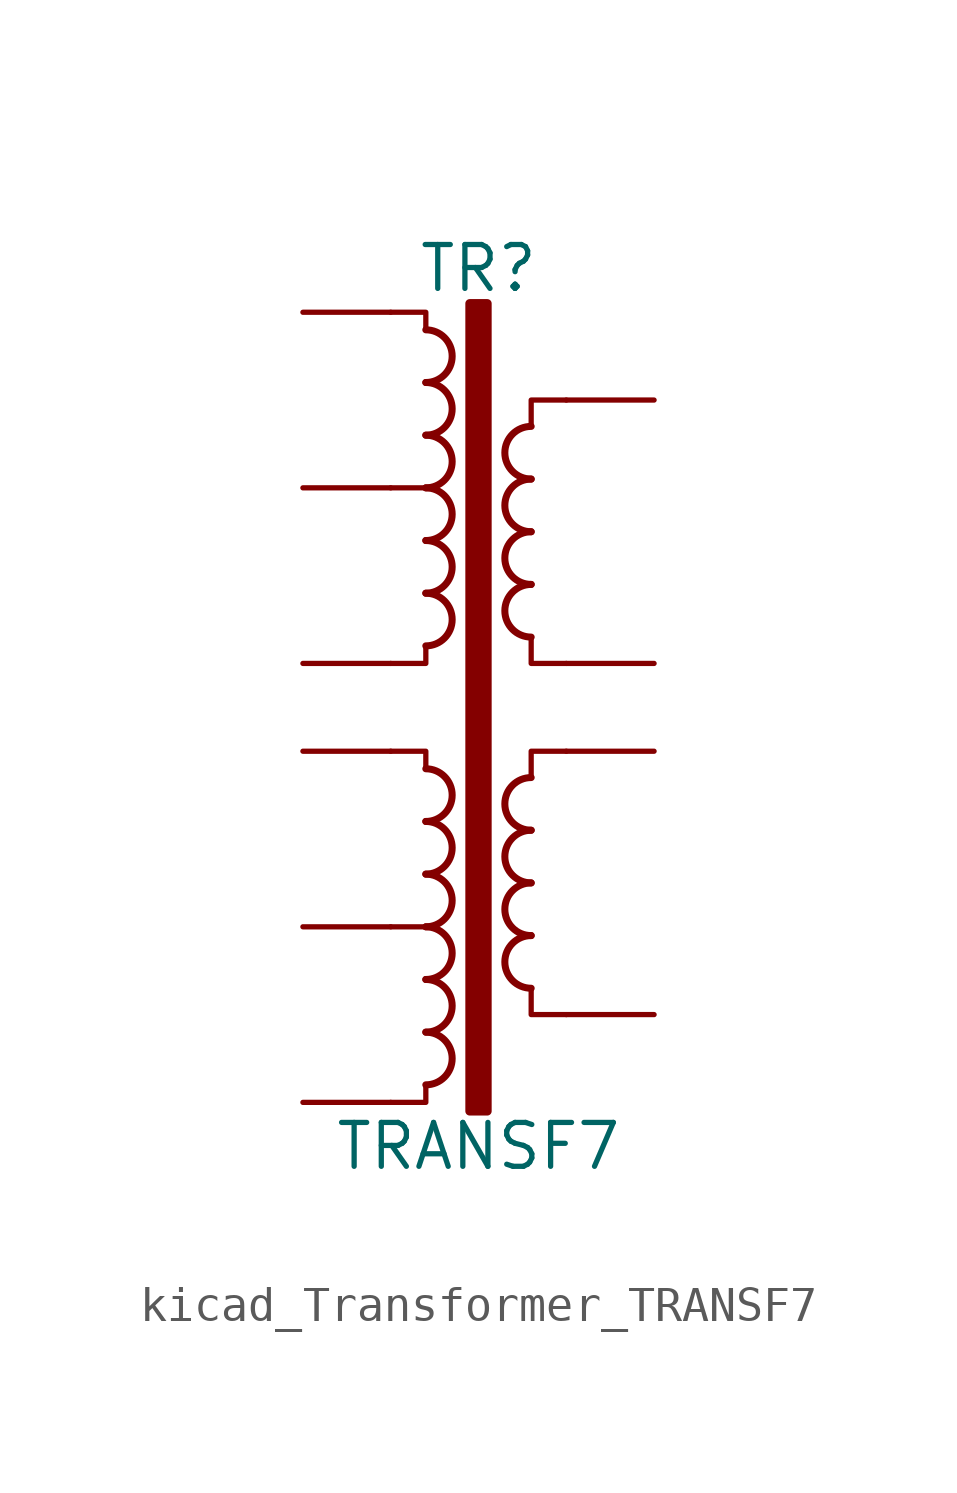
<source format=kicad_sym>
(kicad_symbol_lib
  (version 20220914)
  (generator kicad_symbol_editor)
  (symbol "kicad_Transformer_TRANSF7"
    (pin_numbers hide)
    (pin_names
      (offset 0))
    (property "Reference" "TR"
      (at 0 13.97 0)
      (effects (font (size 1.27 1.27))))
    (property "Value" "TRANSF7"
      (at 0 -11.43 0)
      (effects (font (size 1.27 1.27))))
    (symbol "kicad_Transformer_TRANSF7_0_1"
      (arc (start -1.524 -9.652) (mid -0.7653 -8.89) (end -1.524 -8.128) (stroke (width 0.2032) (type default)) (fill (type none)))
      (arc (start -1.524 -8.128) (mid -0.7653 -7.366) (end -1.524 -6.604) (stroke (width 0.2032) (type default)) (fill (type none)))
      (arc (start -1.524 -6.604) (mid -0.7653 -5.842) (end -1.524 -5.08) (stroke (width 0.2032) (type default)) (fill (type none)))
      (arc (start -1.524 -5.08) (mid -0.7653 -4.318) (end -1.524 -3.556) (stroke (width 0.2032) (type default)) (fill (type none)))
      (arc (start -1.524 -3.556) (mid -0.7653 -2.794) (end -1.524 -2.032) (stroke (width 0.2032) (type default)) (fill (type none)))
      (arc (start -1.524 -2.032) (mid -0.7653 -1.27) (end -1.524 -0.508) (stroke (width 0.2032) (type default)) (fill (type none)))
      (arc (start -1.524 3.048) (mid -0.7653 3.81) (end -1.524 4.572) (stroke (width 0.2032) (type default)) (fill (type none)))
      (arc (start -1.524 4.572) (mid -0.7653 5.334) (end -1.524 6.096) (stroke (width 0.2032) (type default)) (fill (type none)))
      (arc (start -1.524 6.096) (mid -0.7653 6.858) (end -1.524 7.62) (stroke (width 0.2032) (type default)) (fill (type none)))
      (arc (start -1.524 7.62) (mid -0.7653 8.382) (end -1.524 9.144) (stroke (width 0.2032) (type default)) (fill (type none)))
      (arc (start -1.524 9.144) (mid -0.7653 9.906) (end -1.524 10.668) (stroke (width 0.2032) (type default)) (fill (type none)))
      (arc (start -1.524 10.668) (mid -0.7653 11.43) (end -1.524 12.192) (stroke (width 0.2032) (type default)) (fill (type none)))
      (rectangle (start -0.254 12.954) (end 0.254 -10.414) (stroke (width 0.254) (type default)) (fill (type outline)))
      (polyline (pts (xy -1.524 -5.08) (xy -2.54 -5.08) (xy -2.54 -5.08)) (stroke (width 0) (type default)) (fill (type outline)))
      (polyline (pts (xy -1.524 7.62) (xy -2.54 7.62) (xy -2.54 7.62)) (stroke (width 0) (type default)) (fill (type outline)))
      (polyline (pts (xy -1.524 -9.652) (xy -1.524 -10.16) (xy -2.54 -10.16) (xy -2.54 -10.16)) (stroke (width 0) (type default)) (fill (type none)))
      (polyline (pts (xy -1.524 -0.508) (xy -1.524 0) (xy -2.54 0) (xy -2.54 0)) (stroke (width 0) (type default)) (fill (type none)))
      (polyline (pts (xy -1.524 3.048) (xy -1.524 2.54) (xy -2.54 2.54) (xy -2.54 2.54)) (stroke (width 0) (type default)) (fill (type none)))
      (polyline (pts (xy -1.524 12.192) (xy -1.524 12.7) (xy -2.54 12.7) (xy -2.54 12.7)) (stroke (width 0) (type default)) (fill (type none)))
      (polyline (pts (xy 1.524 -0.762) (xy 1.524 0) (xy 2.54 0) (xy 2.54 0)) (stroke (width 0) (type default)) (fill (type none)))
      (polyline (pts (xy 1.524 9.398) (xy 1.524 10.16) (xy 2.54 10.16) (xy 2.54 10.16)) (stroke (width 0) (type default)) (fill (type none)))
      (polyline (pts (xy 1.524 -6.858) (xy 1.524 -7.62) (xy 2.54 -7.62) (xy 2.54 -7.62) (xy 2.54 -7.62) (xy 2.54 -7.62)) (stroke (width 0) (type default)) (fill (type none)))
      (polyline (pts (xy 1.524 3.302) (xy 1.524 2.54) (xy 2.54 2.54) (xy 2.54 2.54) (xy 2.54 2.54) (xy 2.54 2.54)) (stroke (width 0) (type default)) (fill (type none)))
      (arc (start 1.524 -5.334) (mid 0.7653 -6.096) (end 1.524 -6.858) (stroke (width 0.2032) (type default)) (fill (type none)))
      (arc (start 1.524 -3.81) (mid 0.7653 -4.572) (end 1.524 -5.334) (stroke (width 0.2032) (type default)) (fill (type none)))
      (arc (start 1.524 -2.286) (mid 0.7653 -3.048) (end 1.524 -3.81) (stroke (width 0.2032) (type default)) (fill (type none)))
      (arc (start 1.524 -0.762) (mid 0.7653 -1.524) (end 1.524 -2.286) (stroke (width 0.2032) (type default)) (fill (type none)))
      (arc (start 1.524 4.826) (mid 0.7653 4.064) (end 1.524 3.302) (stroke (width 0.2032) (type default)) (fill (type none)))
      (arc (start 1.524 6.35) (mid 0.7653 5.588) (end 1.524 4.826) (stroke (width 0.2032) (type default)) (fill (type none)))
      (arc (start 1.524 7.874) (mid 0.7653 7.112) (end 1.524 6.35) (stroke (width 0.2032) (type default)) (fill (type none)))
      (arc (start 1.524 9.398) (mid 0.7653 8.636) (end 1.524 7.874) (stroke (width 0.2032) (type default)) (fill (type none))))
    (symbol "kicad_Transformer_TRANSF7_1_1"
      (pin passive line (at 5.08 10.16 180) (length 2.54) (name "~" (effects (font (size 1.27 1.27)))) (number "1" (effects (font (size 1.27 1.27)))))
      (pin passive line (at -5.08 12.7 0) (length 2.54) (name "~" (effects (font (size 1.27 1.27)))) (number "10" (effects (font (size 1.27 1.27)))))
      (pin passive line (at 5.08 2.54 180) (length 2.54) (name "~" (effects (font (size 1.27 1.27)))) (number "2" (effects (font (size 1.27 1.27)))))
      (pin passive line (at 5.08 0 180) (length 2.54) (name "~" (effects (font (size 1.27 1.27)))) (number "3" (effects (font (size 1.27 1.27)))))
      (pin passive line (at 5.08 -7.62 180) (length 2.54) (name "~" (effects (font (size 1.27 1.27)))) (number "4" (effects (font (size 1.27 1.27)))))
      (pin passive line (at -5.08 -10.16 0) (length 2.54) (name "~" (effects (font (size 1.27 1.27)))) (number "5" (effects (font (size 1.27 1.27)))))
      (pin passive line (at -5.08 -5.08 0) (length 2.54) (name "~" (effects (font (size 1.27 1.27)))) (number "6" (effects (font (size 1.27 1.27)))))
      (pin passive line (at -5.08 0 0) (length 2.54) (name "~" (effects (font (size 1.27 1.27)))) (number "7" (effects (font (size 1.27 1.27)))))
      (pin passive line (at -5.08 2.54 0) (length 2.54) (name "~" (effects (font (size 1.27 1.27)))) (number "8" (effects (font (size 1.27 1.27)))))
      (pin passive line (at -5.08 7.62 0) (length 2.54) (name "~" (effects (font (size 1.27 1.27)))) (number "9" (effects (font (size 1.27 1.27))))))))
</source>
